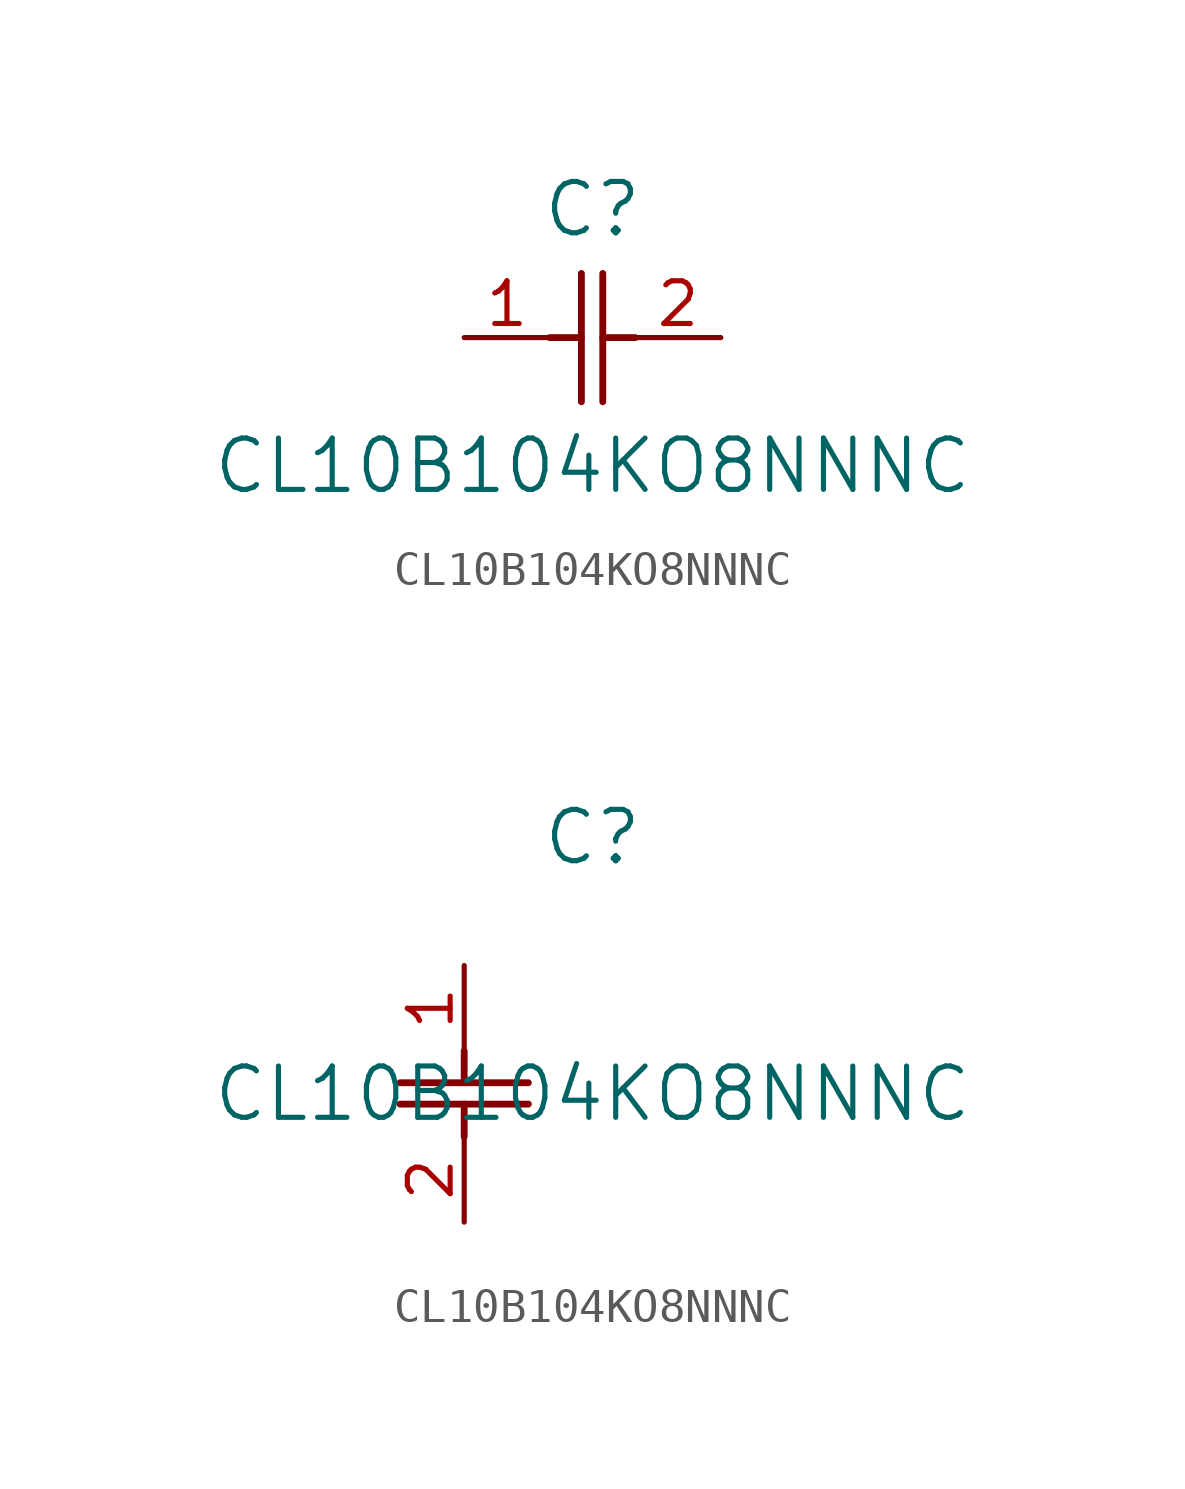
<source format=kicad_sym>
(kicad_symbol_lib
  (version 20211014)
  (generator kicad_symbol_editor)
  (symbol "CL10B104KO8NNNC"
    (pin_names
      (offset 0.254))
    (property "Reference" "C"
      (at 3.81 3.81 0)
      (effects (font (size 1.524 1.524))))
    (property "Value" "CL10B104KO8NNNC"
      (at 3.81 -3.81 0)
      (effects (font (size 1.524 1.524))))
    (symbol "CL10B104KO8NNNC_1_1"
      (polyline (pts (xy 3.48 -1.905) (xy 3.48 1.905)) (stroke (width 0.203) (type default) (color 0 0 0 0)) (fill (type none)))
      (polyline (pts (xy 4.115 -1.905) (xy 4.115 1.905)) (stroke (width 0.203) (type default) (color 0 0 0 0)) (fill (type none)))
      (polyline (pts (xy 4.115 0) (xy 5.08 0)) (stroke (width 0.203) (type default) (color 0 0 0 0)) (fill (type none)))
      (polyline (pts (xy 2.54 0) (xy 3.48 0)) (stroke (width 0.203) (type default) (color 0 0 0 0)) (fill (type none)))
      (pin unspecified line (at 0 0 0) (length 2.54) (name "" (effects (font (size 1.27 1.27)))) (number "1" (effects (font (size 1.27 1.27)))))
      (pin unspecified line (at 7.62 0 180) (length 2.54) (name "" (effects (font (size 1.27 1.27)))) (number "2" (effects (font (size 1.27 1.27))))))
    (symbol "CL10B104KO8NNNC_1_2"
      (polyline (pts (xy -1.905 -3.48) (xy 1.905 -3.48)) (stroke (width 0.203) (type default) (color 0 0 0 0)) (fill (type none)))
      (polyline (pts (xy -1.905 -4.115) (xy 1.905 -4.115)) (stroke (width 0.203) (type default) (color 0 0 0 0)) (fill (type none)))
      (polyline (pts (xy 0 -4.115) (xy 0 -5.08)) (stroke (width 0.203) (type default) (color 0 0 0 0)) (fill (type none)))
      (polyline (pts (xy 0 -2.54) (xy 0 -3.48)) (stroke (width 0.203) (type default) (color 0 0 0 0)) (fill (type none)))
      (pin unspecified line (at 0 0 270) (length 2.54) (name "" (effects (font (size 1.27 1.27)))) (number "1" (effects (font (size 1.27 1.27)))))
      (pin unspecified line (at 0 -7.62 90) (length 2.54) (name "" (effects (font (size 1.27 1.27)))) (number "2" (effects (font (size 1.27 1.27))))))))
</source>
